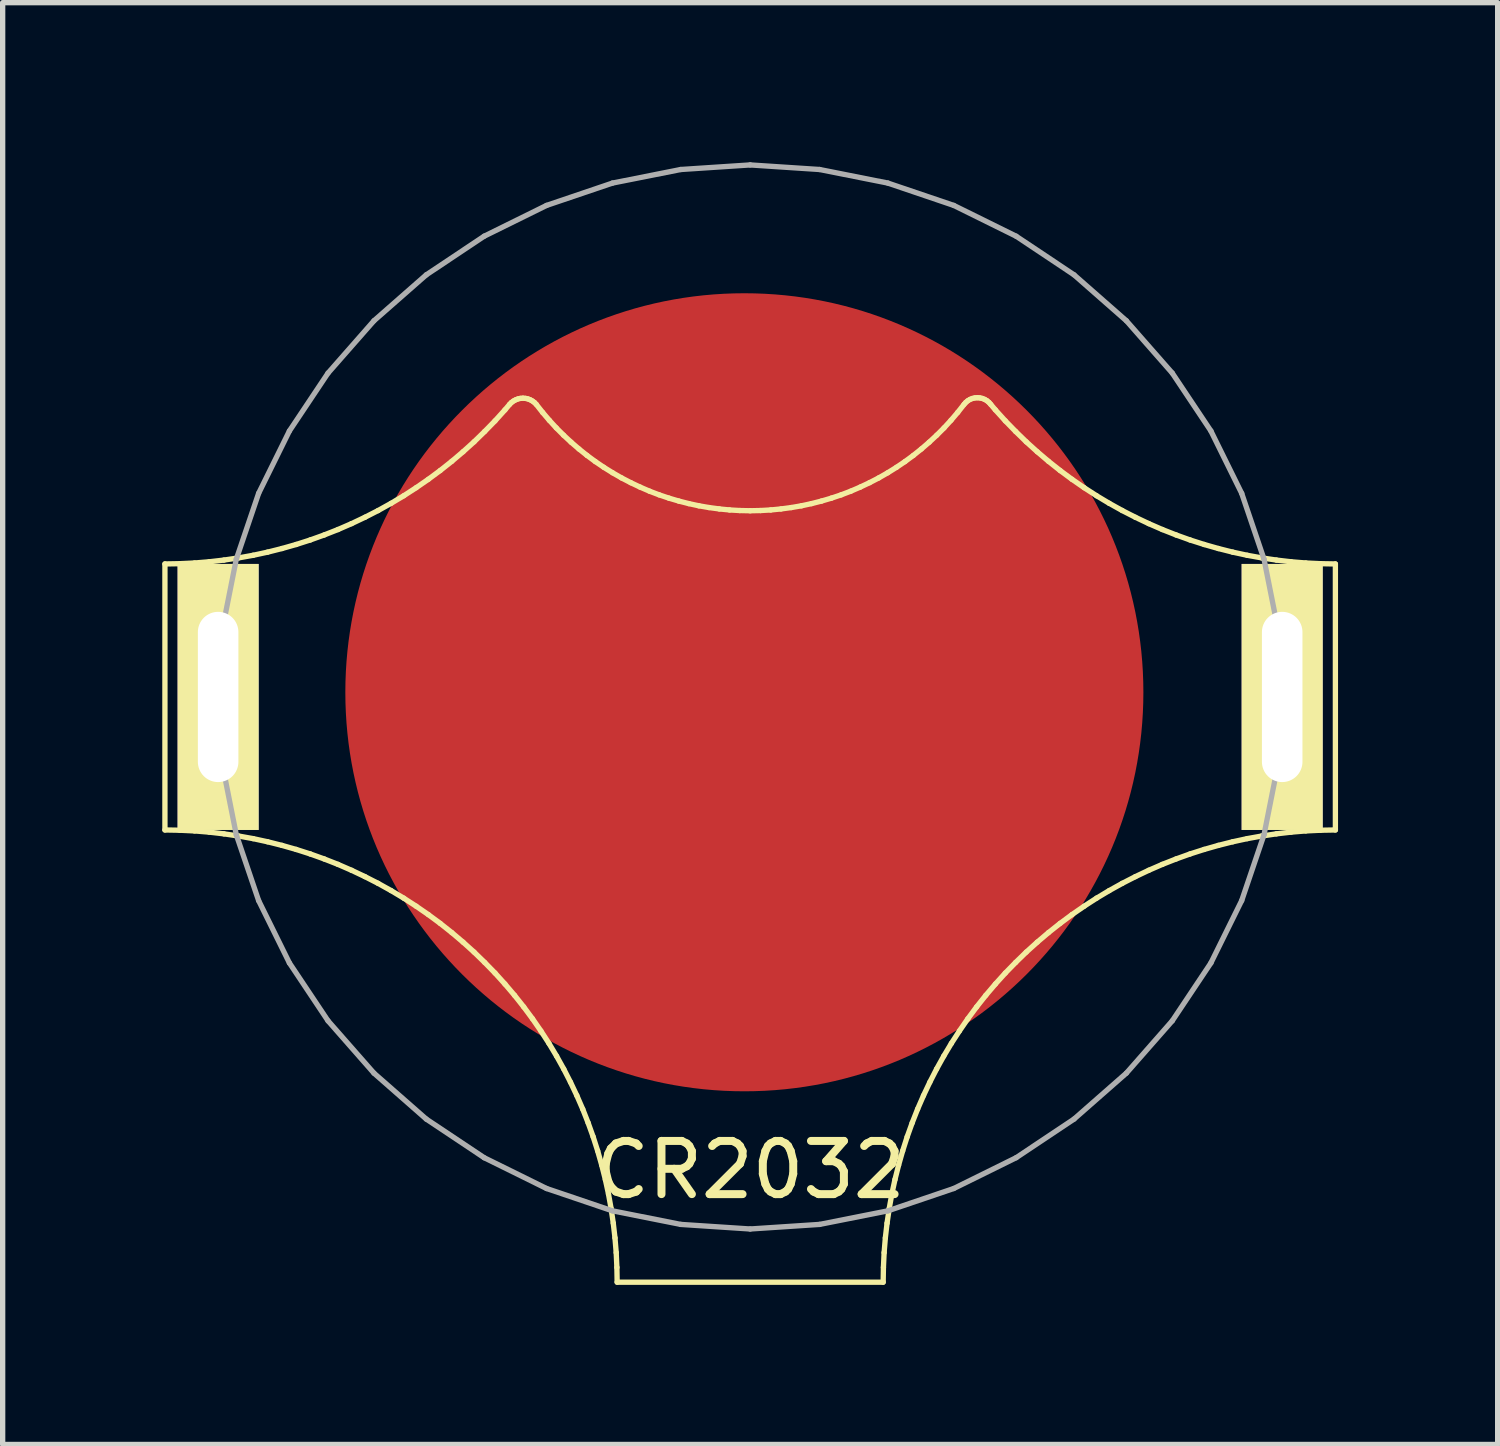
<source format=kicad_pcb>
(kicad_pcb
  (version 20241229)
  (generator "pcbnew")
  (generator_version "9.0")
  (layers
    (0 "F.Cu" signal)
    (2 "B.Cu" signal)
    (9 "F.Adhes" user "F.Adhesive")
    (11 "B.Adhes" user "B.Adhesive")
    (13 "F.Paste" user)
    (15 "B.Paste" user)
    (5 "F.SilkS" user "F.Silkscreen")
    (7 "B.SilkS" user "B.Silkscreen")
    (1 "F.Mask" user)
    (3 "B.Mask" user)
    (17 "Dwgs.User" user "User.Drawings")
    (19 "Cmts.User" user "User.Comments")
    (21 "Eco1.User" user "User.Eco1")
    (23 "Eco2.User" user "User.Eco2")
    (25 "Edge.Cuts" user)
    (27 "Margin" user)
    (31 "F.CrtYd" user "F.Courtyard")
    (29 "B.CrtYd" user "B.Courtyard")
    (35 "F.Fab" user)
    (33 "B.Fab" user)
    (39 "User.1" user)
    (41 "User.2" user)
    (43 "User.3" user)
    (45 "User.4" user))
  (footprint "CR2032"
    (layer "F.Cu")
    (at 11.05 10.05)
    (property "Reference" "CR2032" (at 0 8.89 0) (layer "F.SilkS") (effects (font (size 1 1) (thickness 0.15))))
    (attr through_hole)
    (fp_line (start -11 -2.5) (end -10.722 -2.505) (stroke (width 0.1) (type solid)) (layer "F.SilkS"))
    (fp_line (start -11 2.5) (end -11 -2.5) (stroke (width 0.1) (type solid)) (layer "F.SilkS"))
    (fp_line (start -10.722 -2.505) (end -10.444 -2.518) (stroke (width 0.1) (type solid)) (layer "F.SilkS"))
    (fp_line (start -10.722 2.505) (end -11 2.5) (stroke (width 0.1) (type solid)) (layer "F.SilkS"))
    (fp_line (start -10.444 -2.518) (end -10.167 -2.541) (stroke (width 0.1) (type solid)) (layer "F.SilkS"))
    (fp_line (start -10.444 2.518) (end -10.722 2.505) (stroke (width 0.1) (type solid)) (layer "F.SilkS"))
    (fp_line (start -10.167 -2.541) (end -9.891 -2.573) (stroke (width 0.1) (type solid)) (layer "F.SilkS"))
    (fp_line (start -10.167 2.541) (end -10.444 2.518) (stroke (width 0.1) (type solid)) (layer "F.SilkS"))
    (fp_line (start -9.891 -2.573) (end -9.615 -2.614) (stroke (width 0.1) (type solid)) (layer "F.SilkS"))
    (fp_line (start -9.891 2.573) (end -10.167 2.541) (stroke (width 0.1) (type solid)) (layer "F.SilkS"))
    (fp_line (start -9.615 -2.614) (end -9.342 -2.663) (stroke (width 0.1) (type solid)) (layer "F.SilkS"))
    (fp_line (start -9.615 2.614) (end -9.891 2.573) (stroke (width 0.1) (type solid)) (layer "F.SilkS"))
    (fp_line (start -9.342 -2.663) (end -9.07 -2.722) (stroke (width 0.1) (type solid)) (layer "F.SilkS"))
    (fp_line (start -9.342 2.663) (end -9.615 2.614) (stroke (width 0.1) (type solid)) (layer "F.SilkS"))
    (fp_line (start -9.07 -2.722) (end -8.8 -2.79) (stroke (width 0.1) (type solid)) (layer "F.SilkS"))
    (fp_line (start -9.07 2.722) (end -9.342 2.663) (stroke (width 0.1) (type solid)) (layer "F.SilkS"))
    (fp_line (start -8.8 -2.79) (end -8.533 -2.866) (stroke (width 0.1) (type solid)) (layer "F.SilkS"))
    (fp_line (start -8.8 2.79) (end -9.07 2.722) (stroke (width 0.1) (type solid)) (layer "F.SilkS"))
    (fp_line (start -8.533 -2.866) (end -8.268 -2.951) (stroke (width 0.1) (type solid)) (layer "F.SilkS"))
    (fp_line (start -8.533 2.866) (end -8.8 2.79) (stroke (width 0.1) (type solid)) (layer "F.SilkS"))
    (fp_line (start -8.268 -2.951) (end -8.006 -3.045) (stroke (width 0.1) (type solid)) (layer "F.SilkS"))
    (fp_line (start -8.268 2.951) (end -8.533 2.866) (stroke (width 0.1) (type solid)) (layer "F.SilkS"))
    (fp_line (start -8.006 -3.045) (end -7.747 -3.147) (stroke (width 0.1) (type solid)) (layer "F.SilkS"))
    (fp_line (start -8.006 3.045) (end -8.268 2.951) (stroke (width 0.1) (type solid)) (layer "F.SilkS"))
    (fp_line (start -7.747 -3.147) (end -7.492 -3.258) (stroke (width 0.1) (type solid)) (layer "F.SilkS"))
    (fp_line (start -7.747 3.147) (end -8.006 3.045) (stroke (width 0.1) (type solid)) (layer "F.SilkS"))
    (fp_line (start -7.492 -3.258) (end -7.241 -3.377) (stroke (width 0.1) (type solid)) (layer "F.SilkS"))
    (fp_line (start -7.492 3.258) (end -7.747 3.147) (stroke (width 0.1) (type solid)) (layer "F.SilkS"))
    (fp_line (start -7.241 -3.377) (end -6.993 -3.504) (stroke (width 0.1) (type solid)) (layer "F.SilkS"))
    (fp_line (start -7.241 3.377) (end -7.492 3.258) (stroke (width 0.1) (type solid)) (layer "F.SilkS"))
    (fp_line (start -6.993 -3.504) (end -6.75 -3.639) (stroke (width 0.1) (type solid)) (layer "F.SilkS"))
    (fp_line (start -6.993 3.504) (end -7.241 3.377) (stroke (width 0.1) (type solid)) (layer "F.SilkS"))
    (fp_line (start -6.75 -3.639) (end -6.511 -3.782) (stroke (width 0.1) (type solid)) (layer "F.SilkS"))
    (fp_line (start -6.75 3.639) (end -6.993 3.504) (stroke (width 0.1) (type solid)) (layer "F.SilkS"))
    (fp_line (start -6.511 -3.782) (end -6.278 -3.933) (stroke (width 0.1) (type solid)) (layer "F.SilkS"))
    (fp_line (start -6.511 3.782) (end -6.75 3.639) (stroke (width 0.1) (type solid)) (layer "F.SilkS"))
    (fp_line (start -6.278 -3.933) (end -6.049 -4.091) (stroke (width 0.1) (type solid)) (layer "F.SilkS"))
    (fp_line (start -6.278 3.933) (end -6.511 3.782) (stroke (width 0.1) (type solid)) (layer "F.SilkS"))
    (fp_line (start -6.049 -4.091) (end -5.826 -4.256) (stroke (width 0.1) (type solid)) (layer "F.SilkS"))
    (fp_line (start -6.049 4.091) (end -6.278 3.933) (stroke (width 0.1) (type solid)) (layer "F.SilkS"))
    (fp_line (start -5.826 -4.256) (end -5.608 -4.429) (stroke (width 0.1) (type solid)) (layer "F.SilkS"))
    (fp_line (start -5.826 4.256) (end -6.049 4.091) (stroke (width 0.1) (type solid)) (layer "F.SilkS"))
    (fp_line (start -5.608 -4.429) (end -5.396 -4.609) (stroke (width 0.1) (type solid)) (layer "F.SilkS"))
    (fp_line (start -5.608 4.429) (end -5.826 4.256) (stroke (width 0.1) (type solid)) (layer "F.SilkS"))
    (fp_line (start -5.396 -4.609) (end -5.189 -4.796) (stroke (width 0.1) (type solid)) (layer "F.SilkS"))
    (fp_line (start -5.396 4.609) (end -5.608 4.429) (stroke (width 0.1) (type solid)) (layer "F.SilkS"))
    (fp_line (start -5.189 -4.796) (end -4.99 -4.99) (stroke (width 0.1) (type solid)) (layer "F.SilkS"))
    (fp_line (start -5.189 4.796) (end -5.396 4.609) (stroke (width 0.1) (type solid)) (layer "F.SilkS"))
    (fp_line (start -4.99 -4.99) (end -4.796 -5.189) (stroke (width 0.1) (type solid)) (layer "F.SilkS"))
    (fp_line (start -4.99 4.99) (end -5.189 4.796) (stroke (width 0.1) (type solid)) (layer "F.SilkS"))
    (fp_line (start -4.796 -5.189) (end -4.609 -5.396) (stroke (width 0.1) (type solid)) (layer "F.SilkS"))
    (fp_line (start -4.796 5.189) (end -4.99 4.99) (stroke (width 0.1) (type solid)) (layer "F.SilkS"))
    (fp_line (start -4.609 -5.396) (end -4.521 -5.5) (stroke (width 0.1) (type solid)) (layer "F.SilkS"))
    (fp_line (start -4.609 5.396) (end -4.796 5.189) (stroke (width 0.1) (type solid)) (layer "F.SilkS"))
    (fp_line (start -4.521 -5.5) (end -4.488 -5.534) (stroke (width 0.1) (type solid)) (layer "F.SilkS"))
    (fp_line (start -4.488 -5.534) (end -4.45 -5.562) (stroke (width 0.1) (type solid)) (layer "F.SilkS"))
    (fp_line (start -4.45 -5.562) (end -4.408 -5.585) (stroke (width 0.1) (type solid)) (layer "F.SilkS"))
    (fp_line (start -4.429 5.608) (end -4.609 5.396) (stroke (width 0.1) (type solid)) (layer "F.SilkS"))
    (fp_line (start -4.408 -5.585) (end -4.364 -5.602) (stroke (width 0.1) (type solid)) (layer "F.SilkS"))
    (fp_line (start -4.364 -5.602) (end -4.318 -5.612) (stroke (width 0.1) (type solid)) (layer "F.SilkS"))
    (fp_line (start -4.318 -5.612) (end -4.271 -5.616) (stroke (width 0.1) (type solid)) (layer "F.SilkS"))
    (fp_line (start -4.271 -5.616) (end -4.224 -5.612) (stroke (width 0.1) (type solid)) (layer "F.SilkS"))
    (fp_line (start -4.256 5.826) (end -4.429 5.608) (stroke (width 0.1) (type solid)) (layer "F.SilkS"))
    (fp_line (start -4.224 -5.612) (end -4.177 -5.602) (stroke (width 0.1) (type solid)) (layer "F.SilkS"))
    (fp_line (start -4.177 -5.602) (end -4.133 -5.585) (stroke (width 0.1) (type solid)) (layer "F.SilkS"))
    (fp_line (start -4.133 -5.585) (end -4.092 -5.562) (stroke (width 0.1) (type solid)) (layer "F.SilkS"))
    (fp_line (start -4.092 -5.562) (end -4.054 -5.534) (stroke (width 0.1) (type solid)) (layer "F.SilkS"))
    (fp_line (start -4.091 6.049) (end -4.256 5.826) (stroke (width 0.1) (type solid)) (layer "F.SilkS"))
    (fp_line (start -4.054 -5.534) (end -4.021 -5.5) (stroke (width 0.1) (type solid)) (layer "F.SilkS"))
    (fp_line (start -4.021 -5.5) (end -3.901 -5.348) (stroke (width 0.1) (type solid)) (layer "F.SilkS"))
    (fp_line (start -3.933 6.278) (end -4.091 6.049) (stroke (width 0.1) (type solid)) (layer "F.SilkS"))
    (fp_line (start -3.901 -5.348) (end -3.775 -5.2) (stroke (width 0.1) (type solid)) (layer "F.SilkS"))
    (fp_line (start -3.782 6.511) (end -3.933 6.278) (stroke (width 0.1) (type solid)) (layer "F.SilkS"))
    (fp_line (start -3.775 -5.2) (end -3.644 -5.057) (stroke (width 0.1) (type solid)) (layer "F.SilkS"))
    (fp_line (start -3.644 -5.057) (end -3.507 -4.92) (stroke (width 0.1) (type solid)) (layer "F.SilkS"))
    (fp_line (start -3.639 6.75) (end -3.782 6.511) (stroke (width 0.1) (type solid)) (layer "F.SilkS"))
    (fp_line (start -3.507 -4.92) (end -3.365 -4.788) (stroke (width 0.1) (type solid)) (layer "F.SilkS"))
    (fp_line (start -3.504 6.993) (end -3.639 6.75) (stroke (width 0.1) (type solid)) (layer "F.SilkS"))
    (fp_line (start -3.377 7.241) (end -3.504 6.993) (stroke (width 0.1) (type solid)) (layer "F.SilkS"))
    (fp_line (start -3.365 -4.788) (end -3.218 -4.661) (stroke (width 0.1) (type solid)) (layer "F.SilkS"))
    (fp_line (start -3.258 7.492) (end -3.377 7.241) (stroke (width 0.1) (type solid)) (layer "F.SilkS"))
    (fp_line (start -3.218 -4.661) (end -3.067 -4.54) (stroke (width 0.1) (type solid)) (layer "F.SilkS"))
    (fp_line (start -3.147 7.747) (end -3.258 7.492) (stroke (width 0.1) (type solid)) (layer "F.SilkS"))
    (fp_line (start -3.067 -4.54) (end -2.911 -4.425) (stroke (width 0.1) (type solid)) (layer "F.SilkS"))
    (fp_line (start -3.045 8.006) (end -3.147 7.747) (stroke (width 0.1) (type solid)) (layer "F.SilkS"))
    (fp_line (start -2.951 8.268) (end -3.045 8.006) (stroke (width 0.1) (type solid)) (layer "F.SilkS"))
    (fp_line (start -2.911 -4.425) (end -2.75 -4.316) (stroke (width 0.1) (type solid)) (layer "F.SilkS"))
    (fp_line (start -2.866 8.533) (end -2.951 8.268) (stroke (width 0.1) (type solid)) (layer "F.SilkS"))
    (fp_line (start -2.79 8.8) (end -2.866 8.533) (stroke (width 0.1) (type solid)) (layer "F.SilkS"))
    (fp_line (start -2.75 -4.316) (end -2.586 -4.214) (stroke (width 0.1) (type solid)) (layer "F.SilkS"))
    (fp_line (start -2.722 9.07) (end -2.79 8.8) (stroke (width 0.1) (type solid)) (layer "F.SilkS"))
    (fp_line (start -2.663 9.342) (end -2.722 9.07) (stroke (width 0.1) (type solid)) (layer "F.SilkS"))
    (fp_line (start -2.614 9.615) (end -2.663 9.342) (stroke (width 0.1) (type solid)) (layer "F.SilkS"))
    (fp_line (start -2.586 -4.214) (end -2.417 -4.117) (stroke (width 0.1) (type solid)) (layer "F.SilkS"))
    (fp_line (start -2.573 9.891) (end -2.614 9.615) (stroke (width 0.1) (type solid)) (layer "F.SilkS"))
    (fp_line (start -2.541 10.167) (end -2.573 9.891) (stroke (width 0.1) (type solid)) (layer "F.SilkS"))
    (fp_line (start -2.518 10.444) (end -2.541 10.167) (stroke (width 0.1) (type solid)) (layer "F.SilkS"))
    (fp_line (start -2.505 10.722) (end -2.518 10.444) (stroke (width 0.1) (type solid)) (layer "F.SilkS"))
    (fp_line (start -2.5 11) (end -2.505 10.722) (stroke (width 0.1) (type solid)) (layer "F.SilkS"))
    (fp_line (start -2.417 -4.117) (end -2.245 -4.028) (stroke (width 0.1) (type solid)) (layer "F.SilkS"))
    (fp_line (start -2.245 -4.028) (end -2.07 -3.945) (stroke (width 0.1) (type solid)) (layer "F.SilkS"))
    (fp_line (start -2.07 -3.945) (end -1.892 -3.868) (stroke (width 0.1) (type solid)) (layer "F.SilkS"))
    (fp_line (start -1.892 -3.868) (end -1.711 -3.799) (stroke (width 0.1) (type solid)) (layer "F.SilkS"))
    (fp_line (start -1.711 -3.799) (end -1.527 -3.737) (stroke (width 0.1) (type solid)) (layer "F.SilkS"))
    (fp_line (start -1.527 -3.737) (end -1.341 -3.682) (stroke (width 0.1) (type solid)) (layer "F.SilkS"))
    (fp_line (start -1.341 -3.682) (end -1.153 -3.634) (stroke (width 0.1) (type solid)) (layer "F.SilkS"))
    (fp_line (start -1.153 -3.634) (end -0.964 -3.593) (stroke (width 0.1) (type solid)) (layer "F.SilkS"))
    (fp_line (start -0.964 -3.593) (end -0.773 -3.56) (stroke (width 0.1) (type solid)) (layer "F.SilkS"))
    (fp_line (start -0.773 -3.56) (end -0.58 -3.534) (stroke (width 0.1) (type solid)) (layer "F.SilkS"))
    (fp_line (start -0.58 -3.534) (end -0.387 -3.515) (stroke (width 0.1) (type solid)) (layer "F.SilkS"))
    (fp_line (start -0.387 -3.515) (end -0.194 -3.504) (stroke (width 0.1) (type solid)) (layer "F.SilkS"))
    (fp_line (start -0.194 -3.504) (end 0 -3.5) (stroke (width 0.1) (type solid)) (layer "F.SilkS"))
    (fp_line (start 0 -3.5) (end 0.194 -3.504) (stroke (width 0.1) (type solid)) (layer "F.SilkS"))
    (fp_line (start 0.194 -3.504) (end 0.387 -3.515) (stroke (width 0.1) (type solid)) (layer "F.SilkS"))
    (fp_line (start 0.387 -3.515) (end 0.58 -3.534) (stroke (width 0.1) (type solid)) (layer "F.SilkS"))
    (fp_line (start 0.58 -3.534) (end 0.773 -3.56) (stroke (width 0.1) (type solid)) (layer "F.SilkS"))
    (fp_line (start 0.773 -3.56) (end 0.964 -3.593) (stroke (width 0.1) (type solid)) (layer "F.SilkS"))
    (fp_line (start 0.964 -3.593) (end 1.153 -3.634) (stroke (width 0.1) (type solid)) (layer "F.SilkS"))
    (fp_line (start 1.153 -3.634) (end 1.341 -3.682) (stroke (width 0.1) (type solid)) (layer "F.SilkS"))
    (fp_line (start 1.341 -3.682) (end 1.527 -3.737) (stroke (width 0.1) (type solid)) (layer "F.SilkS"))
    (fp_line (start 1.527 -3.737) (end 1.711 -3.799) (stroke (width 0.1) (type solid)) (layer "F.SilkS"))
    (fp_line (start 1.711 -3.799) (end 1.892 -3.868) (stroke (width 0.1) (type solid)) (layer "F.SilkS"))
    (fp_line (start 1.892 -3.868) (end 2.07 -3.945) (stroke (width 0.1) (type solid)) (layer "F.SilkS"))
    (fp_line (start 2.07 -3.945) (end 2.245 -4.028) (stroke (width 0.1) (type solid)) (layer "F.SilkS"))
    (fp_line (start 2.245 -4.028) (end 2.417 -4.117) (stroke (width 0.1) (type solid)) (layer "F.SilkS"))
    (fp_line (start 2.417 -4.117) (end 2.586 -4.214) (stroke (width 0.1) (type solid)) (layer "F.SilkS"))
    (fp_line (start 2.5 11) (end -2.5 11) (stroke (width 0.1) (type solid)) (layer "F.SilkS"))
    (fp_line (start 2.505 10.722) (end 2.5 11) (stroke (width 0.1) (type solid)) (layer "F.SilkS"))
    (fp_line (start 2.518 10.444) (end 2.505 10.722) (stroke (width 0.1) (type solid)) (layer "F.SilkS"))
    (fp_line (start 2.541 10.167) (end 2.518 10.444) (stroke (width 0.1) (type solid)) (layer "F.SilkS"))
    (fp_line (start 2.573 9.891) (end 2.541 10.167) (stroke (width 0.1) (type solid)) (layer "F.SilkS"))
    (fp_line (start 2.586 -4.214) (end 2.75 -4.316) (stroke (width 0.1) (type solid)) (layer "F.SilkS"))
    (fp_line (start 2.614 9.615) (end 2.573 9.891) (stroke (width 0.1) (type solid)) (layer "F.SilkS"))
    (fp_line (start 2.663 9.342) (end 2.614 9.615) (stroke (width 0.1) (type solid)) (layer "F.SilkS"))
    (fp_line (start 2.722 9.07) (end 2.663 9.342) (stroke (width 0.1) (type solid)) (layer "F.SilkS"))
    (fp_line (start 2.75 -4.316) (end 2.911 -4.425) (stroke (width 0.1) (type solid)) (layer "F.SilkS"))
    (fp_line (start 2.79 8.8) (end 2.722 9.07) (stroke (width 0.1) (type solid)) (layer "F.SilkS"))
    (fp_line (start 2.866 8.533) (end 2.79 8.8) (stroke (width 0.1) (type solid)) (layer "F.SilkS"))
    (fp_line (start 2.911 -4.425) (end 3.067 -4.54) (stroke (width 0.1) (type solid)) (layer "F.SilkS"))
    (fp_line (start 2.951 8.268) (end 2.866 8.533) (stroke (width 0.1) (type solid)) (layer "F.SilkS"))
    (fp_line (start 3.045 8.006) (end 2.951 8.268) (stroke (width 0.1) (type solid)) (layer "F.SilkS"))
    (fp_line (start 3.067 -4.54) (end 3.218 -4.661) (stroke (width 0.1) (type solid)) (layer "F.SilkS"))
    (fp_line (start 3.147 7.747) (end 3.045 8.006) (stroke (width 0.1) (type solid)) (layer "F.SilkS"))
    (fp_line (start 3.218 -4.661) (end 3.365 -4.788) (stroke (width 0.1) (type solid)) (layer "F.SilkS"))
    (fp_line (start 3.258 7.492) (end 3.147 7.747) (stroke (width 0.1) (type solid)) (layer "F.SilkS"))
    (fp_line (start 3.365 -4.788) (end 3.507 -4.92) (stroke (width 0.1) (type solid)) (layer "F.SilkS"))
    (fp_line (start 3.377 7.241) (end 3.258 7.492) (stroke (width 0.1) (type solid)) (layer "F.SilkS"))
    (fp_line (start 3.504 6.993) (end 3.377 7.241) (stroke (width 0.1) (type solid)) (layer "F.SilkS"))
    (fp_line (start 3.507 -4.92) (end 3.644 -5.057) (stroke (width 0.1) (type solid)) (layer "F.SilkS"))
    (fp_line (start 3.639 6.75) (end 3.504 6.993) (stroke (width 0.1) (type solid)) (layer "F.SilkS"))
    (fp_line (start 3.644 -5.057) (end 3.775 -5.2) (stroke (width 0.1) (type solid)) (layer "F.SilkS"))
    (fp_line (start 3.775 -5.2) (end 3.901 -5.348) (stroke (width 0.1) (type solid)) (layer "F.SilkS"))
    (fp_line (start 3.782 6.511) (end 3.639 6.75) (stroke (width 0.1) (type solid)) (layer "F.SilkS"))
    (fp_line (start 3.901 -5.348) (end 4.021 -5.5) (stroke (width 0.1) (type solid)) (layer "F.SilkS"))
    (fp_line (start 3.933 6.278) (end 3.782 6.511) (stroke (width 0.1) (type solid)) (layer "F.SilkS"))
    (fp_line (start 4.021 -5.5) (end 4.053 -5.536) (stroke (width 0.1) (type solid)) (layer "F.SilkS"))
    (fp_line (start 4.053 -5.536) (end 4.09 -5.567) (stroke (width 0.1) (type solid)) (layer "F.SilkS"))
    (fp_line (start 4.09 -5.567) (end 4.131 -5.592) (stroke (width 0.1) (type solid)) (layer "F.SilkS"))
    (fp_line (start 4.091 6.049) (end 3.933 6.278) (stroke (width 0.1) (type solid)) (layer "F.SilkS"))
    (fp_line (start 4.131 -5.592) (end 4.176 -5.61) (stroke (width 0.1) (type solid)) (layer "F.SilkS"))
    (fp_line (start 4.176 -5.61) (end 4.223 -5.621) (stroke (width 0.1) (type solid)) (layer "F.SilkS"))
    (fp_line (start 4.223 -5.621) (end 4.271 -5.624) (stroke (width 0.1) (type solid)) (layer "F.SilkS"))
    (fp_line (start 4.256 5.826) (end 4.091 6.049) (stroke (width 0.1) (type solid)) (layer "F.SilkS"))
    (fp_line (start 4.271 -5.624) (end 4.319 -5.621) (stroke (width 0.1) (type solid)) (layer "F.SilkS"))
    (fp_line (start 4.319 -5.621) (end 4.366 -5.61) (stroke (width 0.1) (type solid)) (layer "F.SilkS"))
    (fp_line (start 4.366 -5.61) (end 4.41 -5.592) (stroke (width 0.1) (type solid)) (layer "F.SilkS"))
    (fp_line (start 4.41 -5.592) (end 4.452 -5.567) (stroke (width 0.1) (type solid)) (layer "F.SilkS"))
    (fp_line (start 4.429 5.608) (end 4.256 5.826) (stroke (width 0.1) (type solid)) (layer "F.SilkS"))
    (fp_line (start 4.452 -5.567) (end 4.489 -5.536) (stroke (width 0.1) (type solid)) (layer "F.SilkS"))
    (fp_line (start 4.489 -5.536) (end 4.521 -5.5) (stroke (width 0.1) (type solid)) (layer "F.SilkS"))
    (fp_line (start 4.521 -5.5) (end 4.609 -5.396) (stroke (width 0.1) (type solid)) (layer "F.SilkS"))
    (fp_line (start 4.609 -5.396) (end 4.796 -5.189) (stroke (width 0.1) (type solid)) (layer "F.SilkS"))
    (fp_line (start 4.609 5.396) (end 4.429 5.608) (stroke (width 0.1) (type solid)) (layer "F.SilkS"))
    (fp_line (start 4.796 -5.189) (end 4.99 -4.99) (stroke (width 0.1) (type solid)) (layer "F.SilkS"))
    (fp_line (start 4.796 5.189) (end 4.609 5.396) (stroke (width 0.1) (type solid)) (layer "F.SilkS"))
    (fp_line (start 4.99 -4.99) (end 5.189 -4.796) (stroke (width 0.1) (type solid)) (layer "F.SilkS"))
    (fp_line (start 4.99 4.99) (end 4.796 5.189) (stroke (width 0.1) (type solid)) (layer "F.SilkS"))
    (fp_line (start 5.189 -4.796) (end 5.396 -4.609) (stroke (width 0.1) (type solid)) (layer "F.SilkS"))
    (fp_line (start 5.189 4.796) (end 4.99 4.99) (stroke (width 0.1) (type solid)) (layer "F.SilkS"))
    (fp_line (start 5.396 -4.609) (end 5.608 -4.429) (stroke (width 0.1) (type solid)) (layer "F.SilkS"))
    (fp_line (start 5.396 4.609) (end 5.189 4.796) (stroke (width 0.1) (type solid)) (layer "F.SilkS"))
    (fp_line (start 5.608 -4.429) (end 5.826 -4.256) (stroke (width 0.1) (type solid)) (layer "F.SilkS"))
    (fp_line (start 5.608 4.429) (end 5.396 4.609) (stroke (width 0.1) (type solid)) (layer "F.SilkS"))
    (fp_line (start 5.826 -4.256) (end 6.049 -4.091) (stroke (width 0.1) (type solid)) (layer "F.SilkS"))
    (fp_line (start 5.826 4.256) (end 5.608 4.429) (stroke (width 0.1) (type solid)) (layer "F.SilkS"))
    (fp_line (start 6.049 -4.091) (end 6.278 -3.933) (stroke (width 0.1) (type solid)) (layer "F.SilkS"))
    (fp_line (start 6.049 4.091) (end 5.826 4.256) (stroke (width 0.1) (type solid)) (layer "F.SilkS"))
    (fp_line (start 6.278 -3.933) (end 6.511 -3.782) (stroke (width 0.1) (type solid)) (layer "F.SilkS"))
    (fp_line (start 6.278 3.933) (end 6.049 4.091) (stroke (width 0.1) (type solid)) (layer "F.SilkS"))
    (fp_line (start 6.511 -3.782) (end 6.75 -3.639) (stroke (width 0.1) (type solid)) (layer "F.SilkS"))
    (fp_line (start 6.511 3.782) (end 6.278 3.933) (stroke (width 0.1) (type solid)) (layer "F.SilkS"))
    (fp_line (start 6.75 -3.639) (end 6.993 -3.504) (stroke (width 0.1) (type solid)) (layer "F.SilkS"))
    (fp_line (start 6.75 3.639) (end 6.511 3.782) (stroke (width 0.1) (type solid)) (layer "F.SilkS"))
    (fp_line (start 6.993 -3.504) (end 7.241 -3.377) (stroke (width 0.1) (type solid)) (layer "F.SilkS"))
    (fp_line (start 6.993 3.504) (end 6.75 3.639) (stroke (width 0.1) (type solid)) (layer "F.SilkS"))
    (fp_line (start 7.241 -3.377) (end 7.492 -3.258) (stroke (width 0.1) (type solid)) (layer "F.SilkS"))
    (fp_line (start 7.241 3.377) (end 6.993 3.504) (stroke (width 0.1) (type solid)) (layer "F.SilkS"))
    (fp_line (start 7.492 -3.258) (end 7.747 -3.147) (stroke (width 0.1) (type solid)) (layer "F.SilkS"))
    (fp_line (start 7.492 3.258) (end 7.241 3.377) (stroke (width 0.1) (type solid)) (layer "F.SilkS"))
    (fp_line (start 7.747 -3.147) (end 8.006 -3.045) (stroke (width 0.1) (type solid)) (layer "F.SilkS"))
    (fp_line (start 7.747 3.147) (end 7.492 3.258) (stroke (width 0.1) (type solid)) (layer "F.SilkS"))
    (fp_line (start 8.006 -3.045) (end 8.268 -2.951) (stroke (width 0.1) (type solid)) (layer "F.SilkS"))
    (fp_line (start 8.006 3.045) (end 7.747 3.147) (stroke (width 0.1) (type solid)) (layer "F.SilkS"))
    (fp_line (start 8.268 -2.951) (end 8.533 -2.866) (stroke (width 0.1) (type solid)) (layer "F.SilkS"))
    (fp_line (start 8.268 2.951) (end 8.006 3.045) (stroke (width 0.1) (type solid)) (layer "F.SilkS"))
    (fp_line (start 8.533 -2.866) (end 8.8 -2.79) (stroke (width 0.1) (type solid)) (layer "F.SilkS"))
    (fp_line (start 8.533 2.866) (end 8.268 2.951) (stroke (width 0.1) (type solid)) (layer "F.SilkS"))
    (fp_line (start 8.8 -2.79) (end 9.07 -2.722) (stroke (width 0.1) (type solid)) (layer "F.SilkS"))
    (fp_line (start 8.8 2.79) (end 8.533 2.866) (stroke (width 0.1) (type solid)) (layer "F.SilkS"))
    (fp_line (start 9.07 -2.722) (end 9.342 -2.663) (stroke (width 0.1) (type solid)) (layer "F.SilkS"))
    (fp_line (start 9.07 2.722) (end 8.8 2.79) (stroke (width 0.1) (type solid)) (layer "F.SilkS"))
    (fp_line (start 9.342 -2.663) (end 9.615 -2.614) (stroke (width 0.1) (type solid)) (layer "F.SilkS"))
    (fp_line (start 9.342 2.663) (end 9.07 2.722) (stroke (width 0.1) (type solid)) (layer "F.SilkS"))
    (fp_line (start 9.615 -2.614) (end 9.891 -2.573) (stroke (width 0.1) (type solid)) (layer "F.SilkS"))
    (fp_line (start 9.615 2.614) (end 9.342 2.663) (stroke (width 0.1) (type solid)) (layer "F.SilkS"))
    (fp_line (start 9.891 -2.573) (end 10.167 -2.541) (stroke (width 0.1) (type solid)) (layer "F.SilkS"))
    (fp_line (start 9.891 2.573) (end 9.615 2.614) (stroke (width 0.1) (type solid)) (layer "F.SilkS"))
    (fp_line (start 10.167 -2.541) (end 10.444 -2.518) (stroke (width 0.1) (type solid)) (layer "F.SilkS"))
    (fp_line (start 10.167 2.541) (end 9.891 2.573) (stroke (width 0.1) (type solid)) (layer "F.SilkS"))
    (fp_line (start 10.444 -2.518) (end 10.722 -2.505) (stroke (width 0.1) (type solid)) (layer "F.SilkS"))
    (fp_line (start 10.444 2.518) (end 10.167 2.541) (stroke (width 0.1) (type solid)) (layer "F.SilkS"))
    (fp_line (start 10.722 -2.505) (end 11 -2.5) (stroke (width 0.1) (type solid)) (layer "F.SilkS"))
    (fp_line (start 10.722 2.505) (end 10.444 2.518) (stroke (width 0.1) (type solid)) (layer "F.SilkS"))
    (fp_line (start 11 -2.5) (end 11 2.5) (stroke (width 0.1) (type solid)) (layer "F.SilkS"))
    (fp_line (start 11 2.5) (end 10.722 2.505) (stroke (width 0.1) (type solid)) (layer "F.SilkS"))
    (fp_line (start -10 0) (end -9.914 -1.305) (stroke (width 0.1) (type solid)) (layer "F.Fab"))
    (fp_line (start -9.914 -1.305) (end -9.659 -2.588) (stroke (width 0.1) (type solid)) (layer "F.Fab"))
    (fp_line (start -9.914 1.305) (end -10 0) (stroke (width 0.1) (type solid)) (layer "F.Fab"))
    (fp_line (start -9.659 -2.588) (end -9.239 -3.827) (stroke (width 0.1) (type solid)) (layer "F.Fab"))
    (fp_line (start -9.659 2.588) (end -9.914 1.305) (stroke (width 0.1) (type solid)) (layer "F.Fab"))
    (fp_line (start -9.239 -3.827) (end -8.66 -5) (stroke (width 0.1) (type solid)) (layer "F.Fab"))
    (fp_line (start -9.239 3.827) (end -9.659 2.588) (stroke (width 0.1) (type solid)) (layer "F.Fab"))
    (fp_line (start -8.66 -5) (end -7.934 -6.088) (stroke (width 0.1) (type solid)) (layer "F.Fab"))
    (fp_line (start -8.66 5) (end -9.239 3.827) (stroke (width 0.1) (type solid)) (layer "F.Fab"))
    (fp_line (start -7.934 -6.088) (end -7.071 -7.071) (stroke (width 0.1) (type solid)) (layer "F.Fab"))
    (fp_line (start -7.934 6.088) (end -8.66 5) (stroke (width 0.1) (type solid)) (layer "F.Fab"))
    (fp_line (start -7.071 -7.071) (end -6.088 -7.934) (stroke (width 0.1) (type solid)) (layer "F.Fab"))
    (fp_line (start -7.071 7.071) (end -7.934 6.088) (stroke (width 0.1) (type solid)) (layer "F.Fab"))
    (fp_line (start -6.088 -7.934) (end -5 -8.66) (stroke (width 0.1) (type solid)) (layer "F.Fab"))
    (fp_line (start -6.088 7.934) (end -7.071 7.071) (stroke (width 0.1) (type solid)) (layer "F.Fab"))
    (fp_line (start -5 -8.66) (end -3.827 -9.239) (stroke (width 0.1) (type solid)) (layer "F.Fab"))
    (fp_line (start -5 8.66) (end -6.088 7.934) (stroke (width 0.1) (type solid)) (layer "F.Fab"))
    (fp_line (start -3.827 -9.239) (end -2.588 -9.659) (stroke (width 0.1) (type solid)) (layer "F.Fab"))
    (fp_line (start -3.827 9.239) (end -5 8.66) (stroke (width 0.1) (type solid)) (layer "F.Fab"))
    (fp_line (start -2.588 -9.659) (end -1.305 -9.914) (stroke (width 0.1) (type solid)) (layer "F.Fab"))
    (fp_line (start -2.588 9.659) (end -3.827 9.239) (stroke (width 0.1) (type solid)) (layer "F.Fab"))
    (fp_line (start -1.305 -9.914) (end 0 -10) (stroke (width 0.1) (type solid)) (layer "F.Fab"))
    (fp_line (start -1.305 9.914) (end -2.588 9.659) (stroke (width 0.1) (type solid)) (layer "F.Fab"))
    (fp_line (start 0 -10) (end 1.305 -9.914) (stroke (width 0.1) (type solid)) (layer "F.Fab"))
    (fp_line (start 0 10) (end -1.305 9.914) (stroke (width 0.1) (type solid)) (layer "F.Fab"))
    (fp_line (start 1.305 -9.914) (end 2.588 -9.659) (stroke (width 0.1) (type solid)) (layer "F.Fab"))
    (fp_line (start 1.305 9.914) (end 0 10) (stroke (width 0.1) (type solid)) (layer "F.Fab"))
    (fp_line (start 2.588 -9.659) (end 3.827 -9.239) (stroke (width 0.1) (type solid)) (layer "F.Fab"))
    (fp_line (start 2.588 9.659) (end 1.305 9.914) (stroke (width 0.1) (type solid)) (layer "F.Fab"))
    (fp_line (start 3.827 -9.239) (end 5 -8.66) (stroke (width 0.1) (type solid)) (layer "F.Fab"))
    (fp_line (start 3.827 9.239) (end 2.588 9.659) (stroke (width 0.1) (type solid)) (layer "F.Fab"))
    (fp_line (start 5 -8.66) (end 6.088 -7.934) (stroke (width 0.1) (type solid)) (layer "F.Fab"))
    (fp_line (start 5 8.66) (end 3.827 9.239) (stroke (width 0.1) (type solid)) (layer "F.Fab"))
    (fp_line (start 6.088 -7.934) (end 7.071 -7.071) (stroke (width 0.1) (type solid)) (layer "F.Fab"))
    (fp_line (start 6.088 7.934) (end 5 8.66) (stroke (width 0.1) (type solid)) (layer "F.Fab"))
    (fp_line (start 7.071 -7.071) (end 7.934 -6.088) (stroke (width 0.1) (type solid)) (layer "F.Fab"))
    (fp_line (start 7.071 7.071) (end 6.088 7.934) (stroke (width 0.1) (type solid)) (layer "F.Fab"))
    (fp_line (start 7.934 -6.088) (end 8.66 -5) (stroke (width 0.1) (type solid)) (layer "F.Fab"))
    (fp_line (start 7.934 6.088) (end 7.071 7.071) (stroke (width 0.1) (type solid)) (layer "F.Fab"))
    (fp_line (start 8.66 -5) (end 9.239 -3.827) (stroke (width 0.1) (type solid)) (layer "F.Fab"))
    (fp_line (start 8.66 5) (end 7.934 6.088) (stroke (width 0.1) (type solid)) (layer "F.Fab"))
    (fp_line (start 9.239 -3.827) (end 9.659 -2.588) (stroke (width 0.1) (type solid)) (layer "F.Fab"))
    (fp_line (start 9.239 3.827) (end 8.66 5) (stroke (width 0.1) (type solid)) (layer "F.Fab"))
    (fp_line (start 9.659 -2.588) (end 9.914 -1.305) (stroke (width 0.1) (type solid)) (layer "F.Fab"))
    (fp_line (start 9.659 2.588) (end 9.239 3.827) (stroke (width 0.1) (type solid)) (layer "F.Fab"))
    (fp_line (start 9.914 -1.305) (end 10 0) (stroke (width 0.1) (type solid)) (layer "F.Fab"))
    (fp_line (start 9.914 1.305) (end 9.659 2.588) (stroke (width 0.1) (type solid)) (layer "F.Fab"))
    (fp_line (start 10 0) (end 9.914 1.305) (stroke (width 0.1) (type solid)) (layer "F.Fab"))
    (pad "1" thru_hole rect (at -10 0) (size 1.524 5) (drill oval 0.762 3.2) (layers "*.Cu" "*.Mask" "F.SilkS"))
    (pad "1" thru_hole rect (at 10 0) (size 1.524 5) (drill oval 0.762 3.2) (layers "*.Cu" "*.Mask" "F.SilkS"))
    (pad "2" smd circle (at -0.109 -0.088) (size 15 15) (layers "F.Cu" "F.Mask" "F.Paste")))
  (gr_rect
    (start -3 -3)
    (end 25.1 24.1)
    (stroke (width 0.1) (type default))
    (fill no)
    (layer "Edge.Cuts")))
</source>
